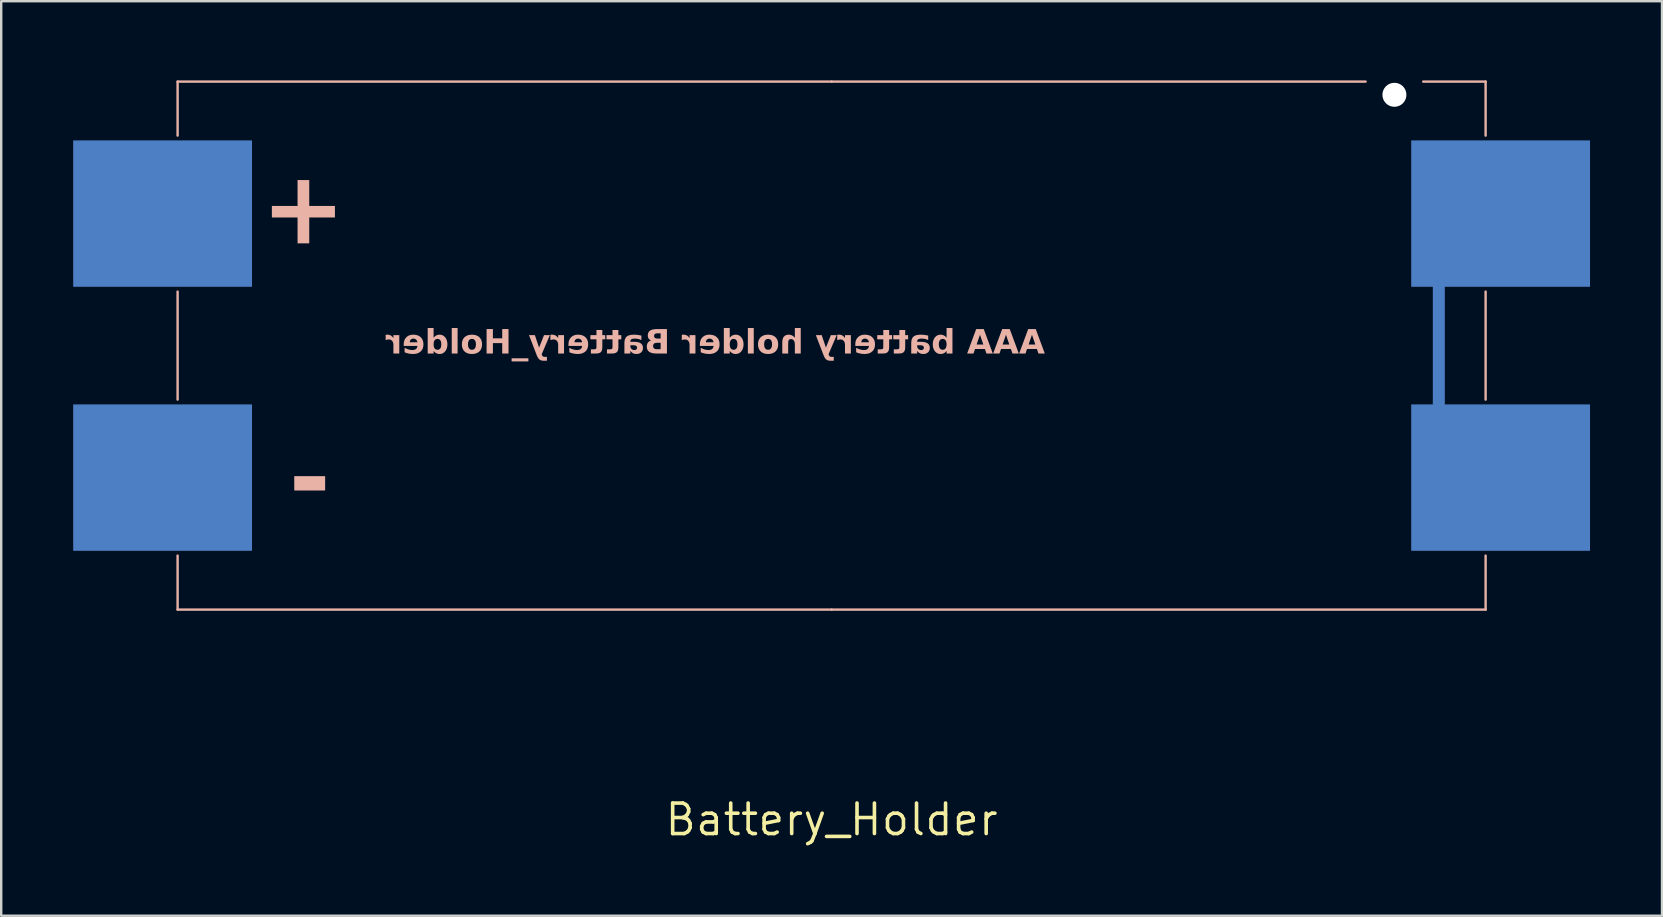
<source format=kicad_pcb>
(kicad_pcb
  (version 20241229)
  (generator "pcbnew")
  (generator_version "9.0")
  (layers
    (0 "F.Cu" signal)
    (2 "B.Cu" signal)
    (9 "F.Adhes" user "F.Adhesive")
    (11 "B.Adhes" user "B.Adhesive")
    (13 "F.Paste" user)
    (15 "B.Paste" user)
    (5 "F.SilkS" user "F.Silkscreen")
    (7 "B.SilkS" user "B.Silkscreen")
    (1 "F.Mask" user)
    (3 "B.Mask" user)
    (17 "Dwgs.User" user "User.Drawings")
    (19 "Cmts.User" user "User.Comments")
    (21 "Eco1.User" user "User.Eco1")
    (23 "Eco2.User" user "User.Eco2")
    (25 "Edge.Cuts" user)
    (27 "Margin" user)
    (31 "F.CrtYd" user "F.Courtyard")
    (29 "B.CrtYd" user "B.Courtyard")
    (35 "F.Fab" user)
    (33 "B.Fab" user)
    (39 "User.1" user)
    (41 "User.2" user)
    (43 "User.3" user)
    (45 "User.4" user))
  (footprint "Battery_Holder"
    (layer "F.Cu")
    (at 31.6 11.35)
    (property "Reference" "Battery_Holder" (at 0 19.75 0) (layer "F.SilkS") (effects (font (size 1.27 1.27) (thickness 0.15))))
    (attr through_hole)
    (fp_line (start -27.25 -11) (end -27.25 -8.75) (stroke (width 0.1) (type default)) (layer "B.SilkS"))
    (fp_line (start -27.25 2.25) (end -27.25 -2.25) (stroke (width 0.1) (type default)) (layer "B.SilkS"))
    (fp_line (start -27.25 11) (end -27.25 8.75) (stroke (width 0.1) (type default)) (layer "B.SilkS"))
    (fp_line (start 0 -11) (end -27.25 -11) (stroke (width 0.1) (type default)) (layer "B.SilkS"))
    (fp_line (start 0 -11) (end 22.25 -11) (stroke (width 0.1) (type default)) (layer "B.SilkS"))
    (fp_line (start 0 11) (end -27.25 11) (stroke (width 0.1) (type default)) (layer "B.SilkS"))
    (fp_line (start 0 11) (end 27.25 11) (stroke (width 0.1) (type default)) (layer "B.SilkS"))
    (fp_line (start 27.25 -11) (end 24.649 -11) (stroke (width 0.1) (type default)) (layer "B.SilkS"))
    (fp_line (start 27.25 -11) (end 27.25 -8.75) (stroke (width 0.1) (type default)) (layer "B.SilkS"))
    (fp_line (start 27.25 -2.25) (end 27.25 2.25) (stroke (width 0.1) (type default)) (layer "B.SilkS"))
    (fp_line (start 27.25 11) (end 27.25 8.75) (stroke (width 0.1) (type default)) (layer "B.SilkS"))
    (fp_text user "+" (at -20.25 -3.75 0) (unlocked yes) (layer "B.SilkS") (effects (font (face "Segoe UI This") (size 3 3) (thickness 0.6) (bold yes)) (justify left bottom mirror)))
    (fp_text user "-" (at -20.875 7.45 0) (unlocked yes) (layer "B.SilkS") (effects (font (face "Segoe UI This") (size 3 3) (thickness 0.6) (bold yes)) (justify left bottom mirror)))
    (fp_text user "AAA battery holder ${REFERENCE}" (at 8.89 0.5 0) (unlocked yes) (layer "B.SilkS") (effects (font (face "Segoe UI This") (size 1 1) (thickness 0.2) (bold yes)) (justify left bottom mirror)))
    (pad "" np_thru_hole circle (at 23.45 -10.45) (size 1 1) (drill 1.8) (layers "*.Cu" "*.Mask"))
    (pad "" smd custom (at 27.875 5.5) (size 7.45 6.1) (layers "B.Cu" "B.Mask" "B.Paste") (options (anchor rect)) (primitives (gr_line (start -2.575 -11) (end -2.575 0) (width 0.5)) (gr_poly (pts (xy -3.725 -14.05) (xy 3.725 -14.05) (xy 3.725 -7.95) (xy -3.725 -7.95)) (width 0) (fill yes))))
    (pad "1" smd rect (at -27.875 -5.5) (size 7.45 6.1) (layers "B.Cu" "B.Mask" "B.Paste"))
    (pad "2" smd rect (at -27.875 5.5) (size 7.45 6.1) (layers "B.Cu" "B.Mask" "B.Paste")))
  (gr_rect
    (start -3 -3)
    (end 66.2 35.106)
    (stroke (width 0.1) (type default))
    (fill no)
    (layer "Edge.Cuts")))
</source>
